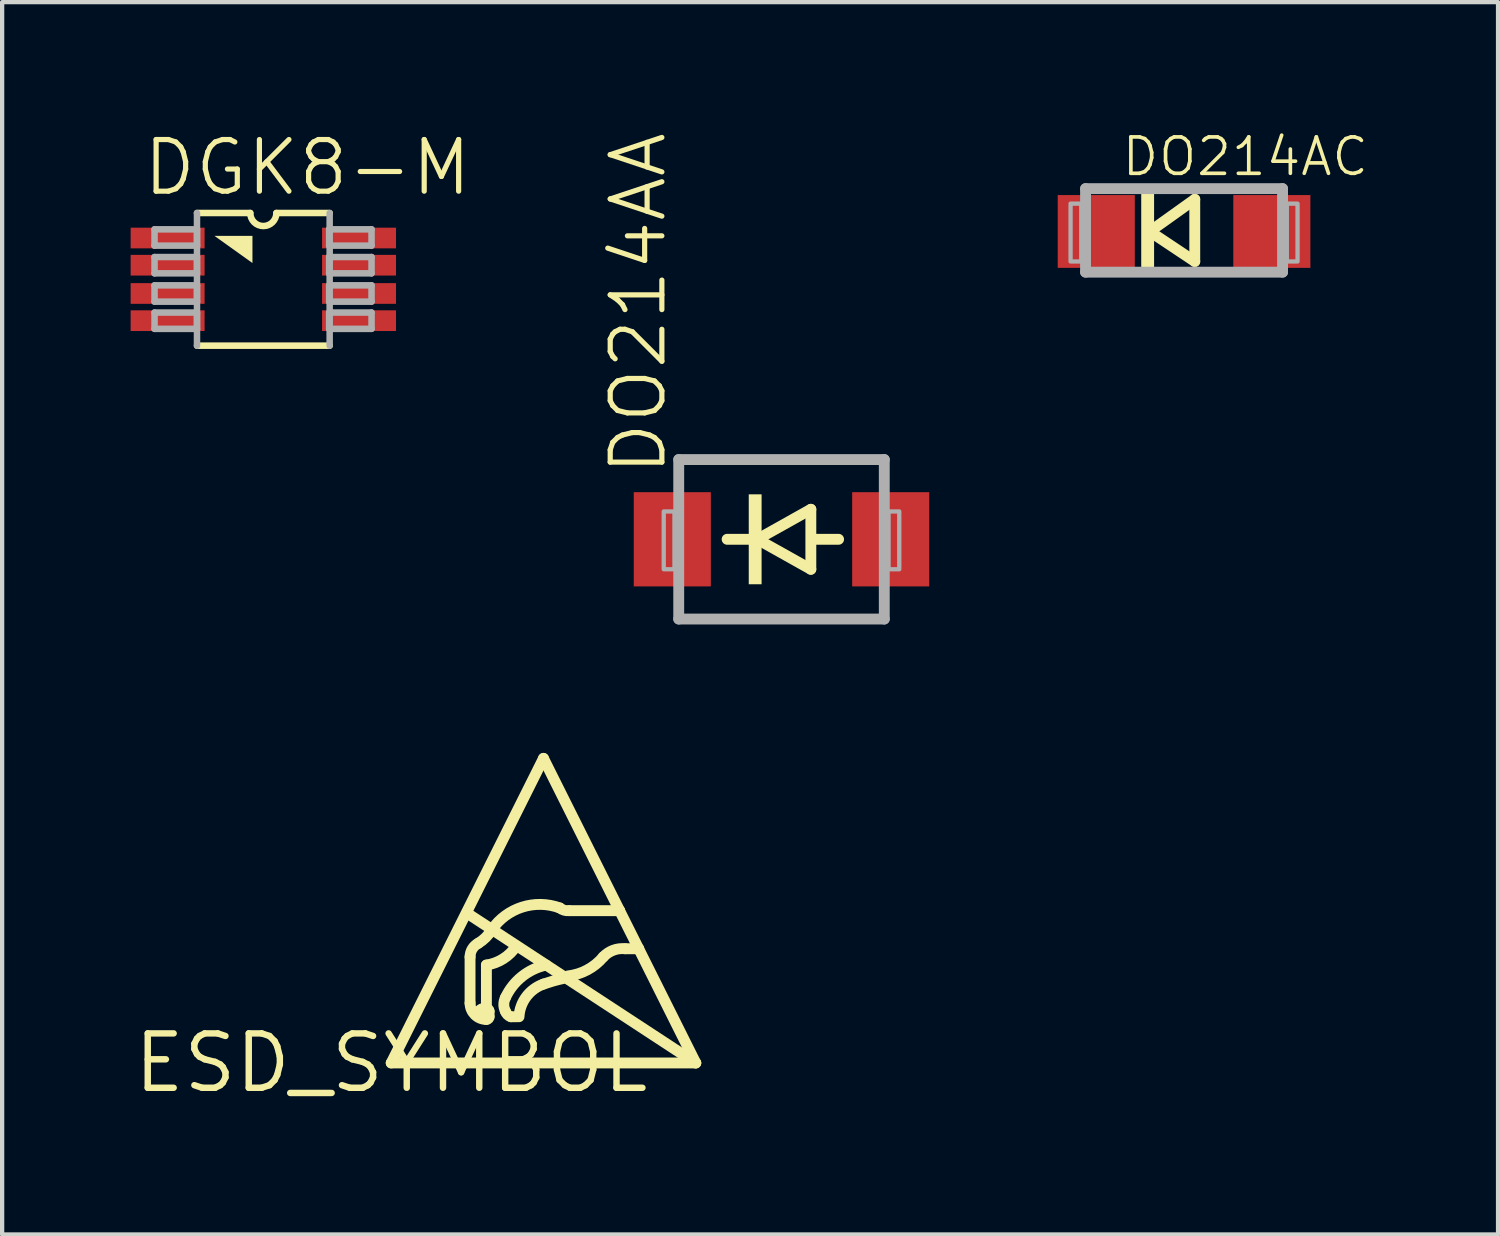
<source format=kicad_pcb>
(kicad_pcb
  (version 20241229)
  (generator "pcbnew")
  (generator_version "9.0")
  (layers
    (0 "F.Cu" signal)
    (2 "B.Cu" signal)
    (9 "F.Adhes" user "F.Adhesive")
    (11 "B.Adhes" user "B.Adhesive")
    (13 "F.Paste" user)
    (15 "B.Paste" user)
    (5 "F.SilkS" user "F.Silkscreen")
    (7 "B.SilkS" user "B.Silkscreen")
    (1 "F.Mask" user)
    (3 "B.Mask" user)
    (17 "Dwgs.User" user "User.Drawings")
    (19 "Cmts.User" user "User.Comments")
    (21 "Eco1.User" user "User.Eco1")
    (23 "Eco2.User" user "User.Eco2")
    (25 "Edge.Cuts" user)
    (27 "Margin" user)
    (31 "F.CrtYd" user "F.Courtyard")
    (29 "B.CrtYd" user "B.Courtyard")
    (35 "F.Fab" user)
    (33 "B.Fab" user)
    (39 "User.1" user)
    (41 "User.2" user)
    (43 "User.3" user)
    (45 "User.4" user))
  (footprint "DO214AA"
    (layer "F.Cu")
    (at 15.199 9.543)
    (property "Reference" "DO214AA" (at -2.64 -1.436 90) (layer "F.SilkS") (effects (font (size 1.206 1.206) (thickness 0.121)) (justify left bottom)))
    (attr through_hole)
    (fp_line (start -0.635 0) (end -1.27 0) (stroke (width 0.254) (type solid)) (layer "F.SilkS"))
    (fp_line (start -0.565 0) (end 0.685 -0.7) (stroke (width 0.254) (type solid)) (layer "F.SilkS"))
    (fp_line (start 0.685 -0.7) (end 0.685 0.7) (stroke (width 0.254) (type solid)) (layer "F.SilkS"))
    (fp_line (start 0.685 0.7) (end -0.565 0) (stroke (width 0.254) (type solid)) (layer "F.SilkS"))
    (fp_line (start 1.333 0) (end 0.699 0) (stroke (width 0.254) (type solid)) (layer "F.SilkS"))
    (fp_poly (pts (xy -0.765 1.05) (xy -0.465 1.05) (xy -0.465 -1.05) (xy -0.765 -1.05)) (stroke (width 0) (type solid)) (fill yes) (layer "F.SilkS"))
    (fp_line (start -2.4 -1.862) (end 2.4 -1.862) (stroke (width 0.254) (type solid)) (layer "F.Fab"))
    (fp_line (start -2.4 1.862) (end -2.4 -1.862) (stroke (width 0.254) (type solid)) (layer "F.Fab"))
    (fp_line (start 2.4 -1.862) (end 2.4 1.862) (stroke (width 0.254) (type solid)) (layer "F.Fab"))
    (fp_line (start 2.4 1.862) (end -2.4 1.862) (stroke (width 0.254) (type solid)) (layer "F.Fab"))
    (fp_poly (pts (xy -2.75 0.7) (xy -2.5 0.7) (xy -2.5 -0.65) (xy -2.75 -0.65)) (stroke (width 0.1) (type solid)) (fill no) (layer "F.Fab"))
    (fp_poly (pts (xy 2.5 0.7) (xy 2.75 0.7) (xy 2.75 -0.65) (xy 2.5 -0.65)) (stroke (width 0.1) (type solid)) (fill no) (layer "F.Fab"))
    (pad "A" smd rect (at 2.55 0) (size 1.8 2.2) (layers "F.Cu" "F.Mask" "F.Paste"))
    (pad "C" smd rect (at -2.55 0) (size 1.8 2.2) (layers "F.Cu" "F.Mask" "F.Paste")))
  (footprint "ESD_SYMBOL"
    (layer "F.Cu")
    (at 6.085 21.771)
    (property "Reference" "ESD_SYMBOL" (at 0 0 0) (layer "F.SilkS") (effects (font (size 1.27 1.27) (thickness 0.15))))
    (attr through_hole)
    (fp_line (start 0 0) (end 7.112 0) (stroke (width 0.254) (type solid)) (layer "F.SilkS"))
    (fp_line (start 1.778 -3.493) (end 7.112 0) (stroke (width 0.254) (type solid)) (layer "F.SilkS"))
    (fp_line (start 1.841 -2.477) (end 1.841 -1.397) (stroke (width 0.254) (type solid)) (layer "F.SilkS"))
    (fp_line (start 2.223 -1.27) (end 2.159 -1.27) (stroke (width 0.254) (type solid)) (layer "F.SilkS"))
    (fp_line (start 2.223 -1.27) (end 2.223 -2.286) (stroke (width 0.254) (type solid)) (layer "F.SilkS"))
    (fp_line (start 2.286 -1.079) (end 2.286 -1.206) (stroke (width 0.254) (type solid)) (layer "F.SilkS"))
    (fp_line (start 2.794 -1.079) (end 2.946 -1.079) (stroke (width 0.254) (type solid)) (layer "F.SilkS"))
    (fp_line (start 3.556 -7.112) (end 0 0) (stroke (width 0.254) (type solid)) (layer "F.SilkS"))
    (fp_line (start 4.154 -3.556) (end 5.334 -3.556) (stroke (width 0.254) (type solid)) (layer "F.SilkS"))
    (fp_line (start 5.334 -3.556) (end 3.556 -7.112) (stroke (width 0.254) (type solid)) (layer "F.SilkS"))
    (fp_line (start 5.779 -2.667) (end 5.334 -3.556) (stroke (width 0.254) (type solid)) (layer "F.SilkS"))
    (fp_line (start 5.779 -2.667) (end 5.461 -2.667) (stroke (width 0.254) (type solid)) (layer "F.SilkS"))
    (fp_line (start 7.112 0) (end 5.779 -2.667) (stroke (width 0.254) (type solid)) (layer "F.SilkS"))
    (fp_arc (start 1.841499 -2.476499) (mid 1.892745 -2.661652) (end 2.032 -2.794) (stroke (width 0.254) (type solid)) (layer "F.SilkS"))
    (fp_arc (start 2.032 -1.143) (mid 2.069197 -1.232803) (end 2.159 -1.27) (stroke (width 0.254) (type solid)) (layer "F.SilkS"))
    (fp_arc (start 2.2225 -1.27) (mid 2.267401 -1.251401) (end 2.286 -1.2065) (stroke (width 0.254) (type solid)) (layer "F.SilkS"))
    (fp_arc (start 2.2225 -1.016) (mid 1.953092 -1.127592) (end 1.8415 -1.397) (stroke (width 0.254) (type solid)) (layer "F.SilkS"))
    (fp_arc (start 2.285999 -1.079499) (mid 2.26743 -1.034569) (end 2.2225 -1.016) (stroke (width 0.254) (type solid)) (layer "F.SilkS"))
    (fp_arc (start 2.3495 -3.1115) (mid 2.210301 -2.933199) (end 2.032 -2.794) (stroke (width 0.254) (type solid)) (layer "F.SilkS"))
    (fp_arc (start 2.3495 -3.1115) (mid 3.056084 -3.637891) (end 3.936999 -3.619499) (stroke (width 0.254) (type solid)) (layer "F.SilkS"))
    (fp_arc (start 2.666999 -1.524) (mid 3.053291 -2.017449) (end 3.6195 -2.286) (stroke (width 0.254) (type solid)) (layer "F.SilkS"))
    (fp_arc (start 2.667 -1.2065) (mid 2.629535 -1.36525) (end 2.667 -1.524) (stroke (width 0.254) (type solid)) (layer "F.SilkS"))
    (fp_arc (start 2.794 -1.0795) (mid 2.71551 -1.12801) (end 2.667 -1.2065) (stroke (width 0.254) (type solid)) (layer "F.SilkS"))
    (fp_arc (start 2.921 -2.7305) (mid 2.61894 -2.434094) (end 2.2225 -2.285999) (stroke (width 0.254) (type solid)) (layer "F.SilkS"))
    (fp_arc (start 2.984499 -1.079501) (mid 3.15485 -1.54705) (end 3.556 -1.8415) (stroke (width 0.254) (type solid)) (layer "F.SilkS"))
    (fp_arc (start 3.556 -1.8415) (mid 3.776318 -1.911761) (end 4.0005 -1.9685) (stroke (width 0.254) (type solid)) (layer "F.SilkS"))
    (fp_arc (start 4.153799 -3.556) (mid 4.039085 -3.566192) (end 3.937 -3.6195) (stroke (width 0.254) (type solid)) (layer "F.SilkS"))
    (fp_arc (start 4.952999 -2.4765) (mid 5.184516 -2.631706) (end 5.461 -2.667) (stroke (width 0.254) (type solid)) (layer "F.SilkS"))
    (fp_arc (start 4.953 -2.4765) (mid 4.583049 -2.174767) (end 4.1275 -2.032) (stroke (width 0.254) (type solid)) (layer "F.SilkS")))
  (footprint "DO214AC"
    (layer "F.Cu")
    (at 24.599 2.355)
    (property "Reference" "DO214AC" (at -1.5 -1.25 180) (layer "F.SilkS") (effects (font (size 0.85 0.85) (thickness 0.085)) (justify left bottom)))
    (attr through_hole)
    (fp_line (start -0.8 0) (end 0.25 -0.75) (stroke (width 0.254) (type solid)) (layer "F.SilkS"))
    (fp_line (start 0.25 -0.75) (end 0.25 0.7) (stroke (width 0.254) (type solid)) (layer "F.SilkS"))
    (fp_line (start 0.25 0.7) (end -0.8 0) (stroke (width 0.254) (type solid)) (layer "F.SilkS"))
    (fp_poly (pts (xy -1 1.05) (xy -0.7 1.05) (xy -0.7 -1.05) (xy -1 -1.05)) (stroke (width 0) (type solid)) (fill yes) (layer "F.SilkS"))
    (fp_line (start -2.3 -1) (end 2.3 -1) (stroke (width 0.254) (type solid)) (layer "F.Fab"))
    (fp_line (start -2.3 0.95) (end -2.3 -1) (stroke (width 0.254) (type solid)) (layer "F.Fab"))
    (fp_line (start 2.3 -1) (end 2.3 0.95) (stroke (width 0.254) (type solid)) (layer "F.Fab"))
    (fp_line (start 2.3 0.95) (end -2.3 0.95) (stroke (width 0.254) (type solid)) (layer "F.Fab"))
    (fp_poly (pts (xy -2.65 0.7) (xy -2.4 0.7) (xy -2.4 -0.65) (xy -2.65 -0.65)) (stroke (width 0.1) (type solid)) (fill no) (layer "F.Fab"))
    (fp_poly (pts (xy 2.4 0.7) (xy 2.65 0.7) (xy 2.65 -0.65) (xy 2.4 -0.65)) (stroke (width 0.1) (type solid)) (fill no) (layer "F.Fab"))
    (pad "A" smd rect (at 2.05 0) (size 1.8 1.7) (layers "F.Cu" "F.Mask" "F.Paste"))
    (pad "C" smd rect (at -2.05 0) (size 1.8 1.7) (layers "F.Cu" "F.Mask" "F.Paste")))
  (footprint "DGK8-M"
    (layer "F.Cu")
    (at 3.099 3.473)
    (property "Reference" "DGK8-M" (at -2.87 -1.905 180) (layer "F.SilkS") (effects (font (size 1.206 1.206) (thickness 0.121)) (justify left bottom)))
    (attr through_hole)
    (fp_line (start -1.549 1.549) (end 1.549 1.549) (stroke (width 0.152) (type solid)) (layer "F.SilkS"))
    (fp_line (start -0.305 -1.549) (end -1.549 -1.549) (stroke (width 0.152) (type solid)) (layer "F.SilkS"))
    (fp_line (start 1.549 -1.549) (end 0.305 -1.549) (stroke (width 0.152) (type solid)) (layer "F.SilkS"))
    (fp_arc (start 0.3048 -1.5494) (mid 0 -1.2446) (end -0.3048 -1.5494) (stroke (width 0.1524) (type solid)) (layer "F.SilkS"))
    (fp_poly (pts (xy -1.143 -1.016) (xy -0.254 -1.016) (xy -0.254 -0.381)) (stroke (width 0) (type solid)) (fill yes) (layer "F.SilkS"))
    (fp_line (start -2.54 -1.168) (end -2.54 -0.787) (stroke (width 0.152) (type solid)) (layer "F.Fab"))
    (fp_line (start -2.54 -0.787) (end -1.549 -0.787) (stroke (width 0.152) (type solid)) (layer "F.Fab"))
    (fp_line (start -2.54 -0.521) (end -2.54 -0.14) (stroke (width 0.152) (type solid)) (layer "F.Fab"))
    (fp_line (start -2.54 -0.14) (end -1.549 -0.14) (stroke (width 0.152) (type solid)) (layer "F.Fab"))
    (fp_line (start -2.54 0.14) (end -2.54 0.521) (stroke (width 0.152) (type solid)) (layer "F.Fab"))
    (fp_line (start -2.54 0.521) (end -1.549 0.521) (stroke (width 0.152) (type solid)) (layer "F.Fab"))
    (fp_line (start -2.54 0.775) (end -2.54 1.156) (stroke (width 0.152) (type solid)) (layer "F.Fab"))
    (fp_line (start -2.54 1.156) (end -1.549 1.156) (stroke (width 0.152) (type solid)) (layer "F.Fab"))
    (fp_line (start -1.549 -1.549) (end -1.549 1.549) (stroke (width 0.152) (type solid)) (layer "F.Fab"))
    (fp_line (start -1.549 -1.168) (end -2.54 -1.168) (stroke (width 0.152) (type solid)) (layer "F.Fab"))
    (fp_line (start -1.549 -0.787) (end -1.549 -1.168) (stroke (width 0.152) (type solid)) (layer "F.Fab"))
    (fp_line (start -1.549 -0.521) (end -2.54 -0.521) (stroke (width 0.152) (type solid)) (layer "F.Fab"))
    (fp_line (start -1.549 -0.14) (end -1.549 -0.521) (stroke (width 0.152) (type solid)) (layer "F.Fab"))
    (fp_line (start -1.549 0.14) (end -2.54 0.14) (stroke (width 0.152) (type solid)) (layer "F.Fab"))
    (fp_line (start -1.549 0.521) (end -1.549 0.14) (stroke (width 0.152) (type solid)) (layer "F.Fab"))
    (fp_line (start -1.549 0.775) (end -2.54 0.775) (stroke (width 0.152) (type solid)) (layer "F.Fab"))
    (fp_line (start -1.549 1.156) (end -1.549 0.775) (stroke (width 0.152) (type solid)) (layer "F.Fab"))
    (fp_line (start 1.537 -1.168) (end 1.537 -0.787) (stroke (width 0.152) (type solid)) (layer "F.Fab"))
    (fp_line (start 1.537 -0.787) (end 2.527 -0.787) (stroke (width 0.152) (type solid)) (layer "F.Fab"))
    (fp_line (start 1.537 -0.521) (end 1.537 -0.14) (stroke (width 0.152) (type solid)) (layer "F.Fab"))
    (fp_line (start 1.537 -0.14) (end 2.527 -0.14) (stroke (width 0.152) (type solid)) (layer "F.Fab"))
    (fp_line (start 1.537 0.14) (end 1.537 0.521) (stroke (width 0.152) (type solid)) (layer "F.Fab"))
    (fp_line (start 1.537 0.521) (end 2.527 0.521) (stroke (width 0.152) (type solid)) (layer "F.Fab"))
    (fp_line (start 1.537 0.775) (end 1.537 1.156) (stroke (width 0.152) (type solid)) (layer "F.Fab"))
    (fp_line (start 1.537 1.156) (end 2.527 1.156) (stroke (width 0.152) (type solid)) (layer "F.Fab"))
    (fp_line (start 1.549 1.549) (end 1.549 -1.549) (stroke (width 0.152) (type solid)) (layer "F.Fab"))
    (fp_line (start 2.527 -1.168) (end 1.537 -1.168) (stroke (width 0.152) (type solid)) (layer "F.Fab"))
    (fp_line (start 2.527 -0.787) (end 2.527 -1.168) (stroke (width 0.152) (type solid)) (layer "F.Fab"))
    (fp_line (start 2.527 -0.521) (end 1.537 -0.521) (stroke (width 0.152) (type solid)) (layer "F.Fab"))
    (fp_line (start 2.527 -0.14) (end 2.527 -0.521) (stroke (width 0.152) (type solid)) (layer "F.Fab"))
    (fp_line (start 2.527 0.14) (end 1.537 0.14) (stroke (width 0.152) (type solid)) (layer "F.Fab"))
    (fp_line (start 2.527 0.521) (end 2.527 0.14) (stroke (width 0.152) (type solid)) (layer "F.Fab"))
    (fp_line (start 2.527 0.775) (end 1.537 0.775) (stroke (width 0.152) (type solid)) (layer "F.Fab"))
    (fp_line (start 2.527 1.156) (end 2.527 0.775) (stroke (width 0.152) (type solid)) (layer "F.Fab"))
    (pad "1" smd rect (at -2.235 -0.965) (size 1.727 0.483) (layers "F.Cu" "F.Mask" "F.Paste"))
    (pad "2" smd rect (at -2.235 -0.33) (size 1.727 0.483) (layers "F.Cu" "F.Mask" "F.Paste"))
    (pad "3" smd rect (at -2.235 0.33) (size 1.727 0.483) (layers "F.Cu" "F.Mask" "F.Paste"))
    (pad "4" smd rect (at -2.235 0.965) (size 1.727 0.483) (layers "F.Cu" "F.Mask" "F.Paste"))
    (pad "5" smd rect (at 2.235 0.965) (size 1.727 0.483) (layers "F.Cu" "F.Mask" "F.Paste"))
    (pad "6" smd rect (at 2.235 0.33) (size 1.727 0.483) (layers "F.Cu" "F.Mask" "F.Paste"))
    (pad "7" smd rect (at 2.235 -0.33) (size 1.727 0.483) (layers "F.Cu" "F.Mask" "F.Paste"))
    (pad "8" smd rect (at 2.235 -0.965) (size 1.727 0.483) (layers "F.Cu" "F.Mask" "F.Paste")))
  (gr_rect
    (start -3 -3)
    (end 31.931 25.777)
    (stroke (width 0.1) (type default))
    (fill no)
    (layer "Edge.Cuts")))
</source>
